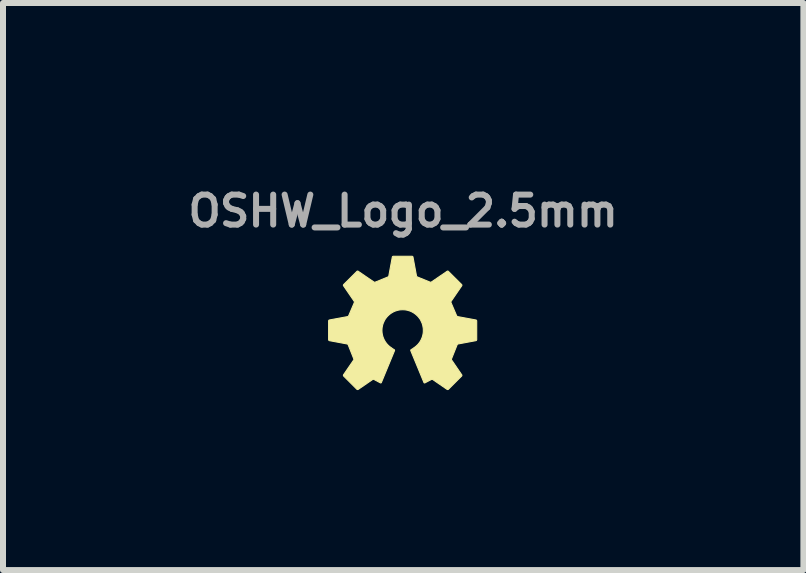
<source format=kicad_pcb>
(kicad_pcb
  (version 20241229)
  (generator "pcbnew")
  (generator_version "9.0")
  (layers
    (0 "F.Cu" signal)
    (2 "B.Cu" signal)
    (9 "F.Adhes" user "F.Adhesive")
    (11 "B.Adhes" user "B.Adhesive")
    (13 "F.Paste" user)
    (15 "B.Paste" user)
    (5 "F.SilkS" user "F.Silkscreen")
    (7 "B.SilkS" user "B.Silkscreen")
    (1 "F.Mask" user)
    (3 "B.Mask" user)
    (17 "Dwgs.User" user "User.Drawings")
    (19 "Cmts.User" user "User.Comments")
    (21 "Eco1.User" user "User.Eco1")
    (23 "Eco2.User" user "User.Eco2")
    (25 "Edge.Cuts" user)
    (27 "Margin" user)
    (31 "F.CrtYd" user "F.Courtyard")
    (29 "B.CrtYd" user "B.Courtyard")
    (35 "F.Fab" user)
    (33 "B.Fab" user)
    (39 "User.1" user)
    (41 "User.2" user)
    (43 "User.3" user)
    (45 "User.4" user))
  (footprint "OSHW_Logo_2.5mm"
    (layer "F.Cu")
    (at 3.671 2.468)
    (property "Reference" "OSHW_Logo_2.5mm" (at 0 -2 0) (layer "F.Fab") (effects (font (size 0.5 0.5) (thickness 0.1))))
    (attr board_only exclude_from_pos_files exclude_from_bom)
    (fp_poly (pts (xy 0.148 -1.246) (xy 0.149 -1.246) (xy 0.15 -1.246) (xy 0.15 -1.245) (xy 0.151 -1.245) (xy 0.152 -1.245) (xy 0.152 -1.245) (xy 0.153 -1.245) (xy 0.154 -1.244) (xy 0.154 -1.244) (xy 0.155 -1.244) (xy 0.156 -1.243) (xy 0.156 -1.243) (xy 0.157 -1.243) (xy 0.157 -1.242) (xy 0.158 -1.242) (xy 0.158 -1.241) (xy 0.159 -1.241) (xy 0.159 -1.24) (xy 0.16 -1.24) (xy 0.16 -1.239) (xy 0.161 -1.239) (xy 0.161 -1.238) (xy 0.162 -1.237) (xy 0.162 -1.237) (xy 0.162 -1.236) (xy 0.163 -1.236) (xy 0.163 -1.235) (xy 0.163 -1.234) (xy 0.163 -1.234) (xy 0.164 -1.233) (xy 0.164 -1.232) (xy 0.222 -0.919) (xy 0.222 -0.918) (xy 0.222 -0.917) (xy 0.223 -0.916) (xy 0.223 -0.915) (xy 0.224 -0.913) (xy 0.225 -0.912) (xy 0.226 -0.911) (xy 0.227 -0.909) (xy 0.228 -0.908) (xy 0.229 -0.907) (xy 0.23 -0.906) (xy 0.231 -0.905) (xy 0.232 -0.904) (xy 0.234 -0.903) (xy 0.235 -0.902) (xy 0.235 -0.902) (xy 0.236 -0.902) (xy 0.237 -0.901) (xy 0.237 -0.901) (xy 0.448 -0.815) (xy 0.449 -0.814) (xy 0.45 -0.814) (xy 0.452 -0.814) (xy 0.453 -0.813) (xy 0.455 -0.813) (xy 0.456 -0.813) (xy 0.458 -0.813) (xy 0.46 -0.813) (xy 0.461 -0.813) (xy 0.463 -0.813) (xy 0.464 -0.814) (xy 0.466 -0.814) (xy 0.467 -0.815) (xy 0.469 -0.815) (xy 0.47 -0.816) (xy 0.471 -0.817) (xy 0.733 -0.996) (xy 0.734 -0.997) (xy 0.734 -0.997) (xy 0.735 -0.997) (xy 0.736 -0.998) (xy 0.736 -0.998) (xy 0.737 -0.998) (xy 0.738 -0.998) (xy 0.738 -0.999) (xy 0.739 -0.999) (xy 0.74 -0.999) (xy 0.741 -0.999) (xy 0.742 -0.999) (xy 0.744 -0.999) (xy 0.745 -0.999) (xy 0.747 -0.999) (xy 0.748 -0.998) (xy 0.749 -0.998) (xy 0.749 -0.998) (xy 0.75 -0.997) (xy 0.751 -0.997) (xy 0.751 -0.997) (xy 0.752 -0.996) (xy 0.752 -0.996) (xy 0.753 -0.995) (xy 0.753 -0.995) (xy 0.754 -0.994) (xy 0.975 -0.774) (xy 0.975 -0.773) (xy 0.976 -0.773) (xy 0.976 -0.772) (xy 0.976 -0.772) (xy 0.977 -0.771) (xy 0.977 -0.771) (xy 0.978 -0.769) (xy 0.978 -0.768) (xy 0.979 -0.767) (xy 0.979 -0.765) (xy 0.979 -0.764) (xy 0.979 -0.762) (xy 0.979 -0.761) (xy 0.979 -0.76) (xy 0.979 -0.758) (xy 0.978 -0.757) (xy 0.978 -0.756) (xy 0.978 -0.755) (xy 0.978 -0.755) (xy 0.977 -0.754) (xy 0.977 -0.754) (xy 0.976 -0.753) (xy 0.8 -0.496) (xy 0.799 -0.494) (xy 0.798 -0.493) (xy 0.798 -0.492) (xy 0.797 -0.49) (xy 0.797 -0.489) (xy 0.797 -0.487) (xy 0.796 -0.486) (xy 0.796 -0.484) (xy 0.796 -0.482) (xy 0.796 -0.481) (xy 0.796 -0.479) (xy 0.797 -0.478) (xy 0.797 -0.476) (xy 0.797 -0.475) (xy 0.798 -0.473) (xy 0.798 -0.472) (xy 0.891 -0.255) (xy 0.892 -0.254) (xy 0.893 -0.253) (xy 0.893 -0.251) (xy 0.894 -0.25) (xy 0.895 -0.249) (xy 0.896 -0.248) (xy 0.897 -0.247) (xy 0.898 -0.246) (xy 0.9 -0.245) (xy 0.901 -0.244) (xy 0.902 -0.243) (xy 0.904 -0.242) (xy 0.905 -0.241) (xy 0.906 -0.241) (xy 0.908 -0.24) (xy 0.909 -0.24) (xy 1.212 -0.184) (xy 1.213 -0.183) (xy 1.214 -0.183) (xy 1.214 -0.183) (xy 1.215 -0.183) (xy 1.216 -0.183) (xy 1.216 -0.182) (xy 1.217 -0.182) (xy 1.218 -0.182) (xy 1.219 -0.181) (xy 1.22 -0.18) (xy 1.221 -0.179) (xy 1.222 -0.178) (xy 1.223 -0.177) (xy 1.223 -0.175) (xy 1.224 -0.174) (xy 1.224 -0.174) (xy 1.225 -0.173) (xy 1.225 -0.172) (xy 1.225 -0.172) (xy 1.225 -0.171) (xy 1.225 -0.17) (xy 1.226 -0.17) (xy 1.226 -0.169) (xy 1.226 -0.168) (xy 1.226 -0.167) (xy 1.226 0.145) (xy 1.226 0.145) (xy 1.226 0.146) (xy 1.226 0.147) (xy 1.225 0.147) (xy 1.225 0.148) (xy 1.225 0.149) (xy 1.225 0.149) (xy 1.225 0.15) (xy 1.224 0.151) (xy 1.224 0.151) (xy 1.224 0.152) (xy 1.223 0.153) (xy 1.223 0.153) (xy 1.223 0.154) (xy 1.222 0.154) (xy 1.222 0.155) (xy 1.221 0.155) (xy 1.221 0.156) (xy 1.22 0.157) (xy 1.22 0.157) (xy 1.219 0.157) (xy 1.219 0.158) (xy 1.218 0.158) (xy 1.217 0.159) (xy 1.217 0.159) (xy 1.216 0.159) (xy 1.216 0.16) (xy 1.215 0.16) (xy 1.214 0.16) (xy 1.214 0.16) (xy 1.213 0.161) (xy 1.212 0.161) (xy 0.917 0.216) (xy 0.916 0.216) (xy 0.915 0.216) (xy 0.915 0.216) (xy 0.914 0.217) (xy 0.912 0.217) (xy 0.911 0.218) (xy 0.91 0.219) (xy 0.908 0.219) (xy 0.907 0.22) (xy 0.906 0.221) (xy 0.905 0.222) (xy 0.904 0.224) (xy 0.903 0.225) (xy 0.902 0.226) (xy 0.901 0.227) (xy 0.9 0.229) (xy 0.9 0.23) (xy 0.899 0.231) (xy 0.899 0.231) (xy 0.807 0.462) (xy 0.806 0.463) (xy 0.806 0.465) (xy 0.805 0.466) (xy 0.805 0.468) (xy 0.805 0.469) (xy 0.805 0.471) (xy 0.805 0.472) (xy 0.805 0.474) (xy 0.805 0.475) (xy 0.805 0.477) (xy 0.806 0.479) (xy 0.806 0.48) (xy 0.807 0.482) (xy 0.807 0.483) (xy 0.808 0.484) (xy 0.809 0.485) (xy 0.976 0.73) (xy 0.977 0.731) (xy 0.977 0.731) (xy 0.978 0.732) (xy 0.978 0.733) (xy 0.978 0.733) (xy 0.978 0.734) (xy 0.979 0.735) (xy 0.979 0.735) (xy 0.979 0.736) (xy 0.979 0.737) (xy 0.979 0.738) (xy 0.979 0.74) (xy 0.979 0.741) (xy 0.979 0.742) (xy 0.979 0.744) (xy 0.978 0.745) (xy 0.978 0.746) (xy 0.978 0.746) (xy 0.977 0.747) (xy 0.977 0.748) (xy 0.977 0.748) (xy 0.976 0.749) (xy 0.976 0.749) (xy 0.976 0.75) (xy 0.975 0.751) (xy 0.975 0.751) (xy 0.754 0.972) (xy 0.753 0.972) (xy 0.753 0.973) (xy 0.752 0.973) (xy 0.752 0.973) (xy 0.751 0.974) (xy 0.751 0.974) (xy 0.749 0.975) (xy 0.748 0.975) (xy 0.747 0.976) (xy 0.745 0.976) (xy 0.744 0.976) (xy 0.742 0.976) (xy 0.741 0.976) (xy 0.74 0.976) (xy 0.738 0.976) (xy 0.737 0.975) (xy 0.736 0.975) (xy 0.735 0.975) (xy 0.735 0.975) (xy 0.734 0.974) (xy 0.734 0.974) (xy 0.733 0.974) (xy 0.493 0.809) (xy 0.491 0.808) (xy 0.49 0.807) (xy 0.489 0.807) (xy 0.487 0.806) (xy 0.486 0.806) (xy 0.484 0.805) (xy 0.483 0.805) (xy 0.481 0.805) (xy 0.48 0.805) (xy 0.478 0.805) (xy 0.477 0.805) (xy 0.475 0.806) (xy 0.474 0.806) (xy 0.472 0.807) (xy 0.471 0.807) (xy 0.47 0.808) (xy 0.364 0.864) (xy 0.363 0.865) (xy 0.362 0.865) (xy 0.362 0.865) (xy 0.361 0.865) (xy 0.36 0.866) (xy 0.36 0.866) (xy 0.359 0.866) (xy 0.358 0.866) (xy 0.358 0.866) (xy 0.357 0.866) (xy 0.356 0.866) (xy 0.356 0.866) (xy 0.355 0.866) (xy 0.355 0.865) (xy 0.354 0.865) (xy 0.353 0.865) (xy 0.353 0.865) (xy 0.352 0.865) (xy 0.352 0.864) (xy 0.351 0.864) (xy 0.351 0.864) (xy 0.35 0.863) (xy 0.35 0.863) (xy 0.349 0.862) (xy 0.349 0.862) (xy 0.348 0.861) (xy 0.348 0.861) (xy 0.347 0.86) (xy 0.347 0.86) (xy 0.347 0.859) (xy 0.346 0.859) (xy 0.346 0.858) (xy 0.128 0.33) (xy 0.127 0.329) (xy 0.127 0.328) (xy 0.127 0.328) (xy 0.127 0.327) (xy 0.127 0.326) (xy 0.127 0.326) (xy 0.126 0.325) (xy 0.126 0.324) (xy 0.126 0.324) (xy 0.126 0.323) (xy 0.127 0.322) (xy 0.127 0.322) (xy 0.127 0.321) (xy 0.127 0.32) (xy 0.127 0.319) (xy 0.127 0.319) (xy 0.128 0.318) (xy 0.128 0.317) (xy 0.128 0.317) (xy 0.128 0.316) (xy 0.129 0.316) (xy 0.129 0.315) (xy 0.129 0.314) (xy 0.13 0.314) (xy 0.13 0.313) (xy 0.131 0.313) (xy 0.131 0.312) (xy 0.132 0.312) (xy 0.132 0.311) (xy 0.133 0.311) (xy 0.133 0.31) (xy 0.134 0.31) (xy 0.161 0.294) (xy 0.162 0.293) (xy 0.164 0.291) (xy 0.167 0.29) (xy 0.169 0.288) (xy 0.171 0.286) (xy 0.173 0.285) (xy 0.175 0.283) (xy 0.177 0.281) (xy 0.195 0.269) (xy 0.212 0.256) (xy 0.227 0.242) (xy 0.243 0.227) (xy 0.257 0.211) (xy 0.27 0.194) (xy 0.282 0.177) (xy 0.293 0.158) (xy 0.303 0.139) (xy 0.311 0.12) (xy 0.319 0.1) (xy 0.325 0.079) (xy 0.33 0.057) (xy 0.334 0.035) (xy 0.336 0.013) (xy 0.336 -0.01) (xy 0.336 -0.027) (xy 0.335 -0.045) (xy 0.332 -0.062) (xy 0.329 -0.079) (xy 0.326 -0.096) (xy 0.321 -0.112) (xy 0.316 -0.128) (xy 0.309 -0.144) (xy 0.302 -0.159) (xy 0.295 -0.174) (xy 0.287 -0.189) (xy 0.278 -0.203) (xy 0.268 -0.216) (xy 0.258 -0.229) (xy 0.247 -0.242) (xy 0.235 -0.254) (xy 0.223 -0.265) (xy 0.211 -0.276) (xy 0.198 -0.286) (xy 0.184 -0.296) (xy 0.17 -0.305) (xy 0.156 -0.313) (xy 0.141 -0.321) (xy 0.126 -0.328) (xy 0.11 -0.334) (xy 0.094 -0.339) (xy 0.078 -0.344) (xy 0.061 -0.348) (xy 0.044 -0.351) (xy 0.027 -0.353) (xy 0.009 -0.354) (xy -0.009 -0.355) (xy -0.026 -0.354) (xy -0.044 -0.353) (xy -0.061 -0.351) (xy -0.078 -0.348) (xy -0.095 -0.344) (xy -0.111 -0.339) (xy -0.127 -0.334) (xy -0.143 -0.328) (xy -0.158 -0.321) (xy -0.173 -0.313) (xy -0.187 -0.305) (xy -0.201 -0.296) (xy -0.215 -0.286) (xy -0.228 -0.276) (xy -0.24 -0.265) (xy -0.252 -0.254) (xy -0.264 -0.242) (xy -0.275 -0.229) (xy -0.285 -0.216) (xy -0.295 -0.203) (xy -0.304 -0.189) (xy -0.312 -0.174) (xy -0.319 -0.159) (xy -0.326 -0.144) (xy -0.333 -0.128) (xy -0.338 -0.112) (xy -0.343 -0.096) (xy -0.346 -0.079) (xy -0.35 -0.062) (xy -0.352 -0.045) (xy -0.353 -0.027) (xy -0.354 -0.01) (xy -0.353 0.002) (xy -0.353 0.013) (xy -0.352 0.024) (xy -0.351 0.035) (xy -0.349 0.046) (xy -0.347 0.057) (xy -0.345 0.068) (xy -0.342 0.079) (xy -0.339 0.089) (xy -0.336 0.1) (xy -0.332 0.11) (xy -0.328 0.12) (xy -0.324 0.13) (xy -0.32 0.139) (xy -0.31 0.158) (xy -0.299 0.177) (xy -0.287 0.194) (xy -0.274 0.211) (xy -0.26 0.227) (xy -0.245 0.242) (xy -0.229 0.256) (xy -0.212 0.269) (xy -0.194 0.281) (xy -0.192 0.283) (xy -0.19 0.285) (xy -0.188 0.286) (xy -0.186 0.288) (xy -0.184 0.29) (xy -0.181 0.291) (xy -0.179 0.293) (xy -0.178 0.294) (xy -0.151 0.31) (xy -0.15 0.31) (xy -0.15 0.311) (xy -0.149 0.311) (xy -0.149 0.312) (xy -0.148 0.312) (xy -0.148 0.313) (xy -0.147 0.314) (xy -0.146 0.315) (xy -0.145 0.316) (xy -0.145 0.317) (xy -0.144 0.319) (xy -0.144 0.32) (xy -0.144 0.322) (xy -0.143 0.323) (xy -0.143 0.324) (xy -0.144 0.326) (xy -0.144 0.326) (xy -0.144 0.327) (xy -0.144 0.328) (xy -0.144 0.328) (xy -0.144 0.329) (xy -0.145 0.33) (xy -0.363 0.858) (xy -0.363 0.859) (xy -0.364 0.859) (xy -0.364 0.86) (xy -0.364 0.86) (xy -0.365 0.861) (xy -0.365 0.861) (xy -0.366 0.862) (xy -0.366 0.862) (xy -0.367 0.863) (xy -0.367 0.863) (xy -0.368 0.864) (xy -0.368 0.864) (xy -0.369 0.864) (xy -0.369 0.865) (xy -0.37 0.865) (xy -0.37 0.865) (xy -0.371 0.865) (xy -0.372 0.865) (xy -0.372 0.866) (xy -0.373 0.866) (xy -0.374 0.866) (xy -0.374 0.866) (xy -0.375 0.866) (xy -0.375 0.866) (xy -0.376 0.866) (xy -0.377 0.866) (xy -0.377 0.866) (xy -0.378 0.865) (xy -0.379 0.865) (xy -0.379 0.865) (xy -0.38 0.865) (xy -0.381 0.864) (xy -0.487 0.808) (xy -0.488 0.807) (xy -0.489 0.807) (xy -0.491 0.806) (xy -0.492 0.806) (xy -0.494 0.805) (xy -0.495 0.805) (xy -0.497 0.805) (xy -0.498 0.805) (xy -0.5 0.805) (xy -0.501 0.805) (xy -0.503 0.806) (xy -0.504 0.806) (xy -0.506 0.807) (xy -0.507 0.807) (xy -0.508 0.808) (xy -0.51 0.809) (xy -0.75 0.974) (xy -0.751 0.974) (xy -0.751 0.974) (xy -0.752 0.975) (xy -0.753 0.975) (xy -0.753 0.975) (xy -0.754 0.975) (xy -0.754 0.976) (xy -0.755 0.976) (xy -0.756 0.976) (xy -0.757 0.976) (xy -0.758 0.976) (xy -0.759 0.976) (xy -0.761 0.976) (xy -0.762 0.976) (xy -0.764 0.976) (xy -0.765 0.975) (xy -0.766 0.975) (xy -0.766 0.975) (xy -0.767 0.974) (xy -0.768 0.974) (xy -0.768 0.974) (xy -0.769 0.973) (xy -0.769 0.973) (xy -0.77 0.973) (xy -0.77 0.972) (xy -0.771 0.972) (xy -0.992 0.751) (xy -0.992 0.751) (xy -0.993 0.75) (xy -0.993 0.749) (xy -0.993 0.749) (xy -0.994 0.748) (xy -0.994 0.748) (xy -0.995 0.746) (xy -0.995 0.745) (xy -0.996 0.744) (xy -0.996 0.742) (xy -0.996 0.741) (xy -0.996 0.739) (xy -0.996 0.738) (xy -0.996 0.737) (xy -0.996 0.735) (xy -0.995 0.734) (xy -0.995 0.733) (xy -0.995 0.733) (xy -0.995 0.732) (xy -0.994 0.731) (xy -0.994 0.731) (xy -0.994 0.73) (xy -0.826 0.485) (xy -0.825 0.484) (xy -0.824 0.483) (xy -0.824 0.481) (xy -0.823 0.48) (xy -0.823 0.479) (xy -0.822 0.477) (xy -0.822 0.475) (xy -0.822 0.474) (xy -0.822 0.472) (xy -0.822 0.471) (xy -0.822 0.469) (xy -0.822 0.468) (xy -0.822 0.466) (xy -0.823 0.465) (xy -0.823 0.463) (xy -0.824 0.462) (xy -0.916 0.231) (xy -0.916 0.231) (xy -0.917 0.23) (xy -0.917 0.229) (xy -0.918 0.227) (xy -0.919 0.226) (xy -0.92 0.225) (xy -0.921 0.224) (xy -0.922 0.222) (xy -0.923 0.221) (xy -0.924 0.22) (xy -0.925 0.219) (xy -0.927 0.218) (xy -0.928 0.218) (xy -0.93 0.217) (xy -0.931 0.216) (xy -0.932 0.216) (xy -0.933 0.216) (xy -0.934 0.216) (xy -1.229 0.161) (xy -1.23 0.161) (xy -1.231 0.16) (xy -1.231 0.16) (xy -1.232 0.16) (xy -1.233 0.16) (xy -1.233 0.159) (xy -1.234 0.159) (xy -1.235 0.159) (xy -1.235 0.158) (xy -1.236 0.158) (xy -1.237 0.157) (xy -1.238 0.156) (xy -1.239 0.155) (xy -1.24 0.154) (xy -1.24 0.153) (xy -1.241 0.151) (xy -1.242 0.15) (xy -1.242 0.149) (xy -1.242 0.149) (xy -1.242 0.148) (xy -1.243 0.147) (xy -1.243 0.147) (xy -1.243 0.146) (xy -1.243 0.145) (xy -1.243 0.145) (xy -1.243 -0.167) (xy -1.243 -0.168) (xy -1.243 -0.169) (xy -1.243 -0.17) (xy -1.243 -0.17) (xy -1.242 -0.171) (xy -1.242 -0.172) (xy -1.242 -0.172) (xy -1.242 -0.173) (xy -1.241 -0.174) (xy -1.241 -0.174) (xy -1.241 -0.175) (xy -1.24 -0.175) (xy -1.24 -0.176) (xy -1.24 -0.177) (xy -1.239 -0.177) (xy -1.239 -0.178) (xy -1.238 -0.178) (xy -1.238 -0.179) (xy -1.237 -0.179) (xy -1.237 -0.18) (xy -1.236 -0.18) (xy -1.236 -0.181) (xy -1.235 -0.181) (xy -1.235 -0.182) (xy -1.234 -0.182) (xy -1.233 -0.182) (xy -1.233 -0.183) (xy -1.232 -0.183) (xy -1.231 -0.183) (xy -1.231 -0.183) (xy -1.23 -0.183) (xy -1.229 -0.184) (xy -0.926 -0.24) (xy -0.926 -0.24) (xy -0.925 -0.24) (xy -0.923 -0.241) (xy -0.922 -0.241) (xy -0.921 -0.242) (xy -0.919 -0.243) (xy -0.918 -0.244) (xy -0.917 -0.245) (xy -0.915 -0.246) (xy -0.914 -0.247) (xy -0.913 -0.248) (xy -0.912 -0.249) (xy -0.911 -0.25) (xy -0.91 -0.251) (xy -0.91 -0.253) (xy -0.909 -0.254) (xy -0.909 -0.255) (xy -0.908 -0.255) (xy -0.815 -0.472) (xy -0.815 -0.473) (xy -0.814 -0.475) (xy -0.814 -0.476) (xy -0.814 -0.478) (xy -0.813 -0.479) (xy -0.813 -0.481) (xy -0.813 -0.482) (xy -0.813 -0.484) (xy -0.813 -0.486) (xy -0.814 -0.487) (xy -0.814 -0.489) (xy -0.814 -0.49) (xy -0.815 -0.492) (xy -0.815 -0.493) (xy -0.816 -0.494) (xy -0.817 -0.496) (xy -0.993 -0.753) (xy -0.994 -0.754) (xy -0.994 -0.754) (xy -0.995 -0.755) (xy -0.995 -0.755) (xy -0.995 -0.756) (xy -0.995 -0.757) (xy -0.996 -0.757) (xy -0.996 -0.758) (xy -0.996 -0.759) (xy -0.996 -0.76) (xy -0.996 -0.761) (xy -0.996 -0.762) (xy -0.996 -0.764) (xy -0.996 -0.765) (xy -0.996 -0.767) (xy -0.995 -0.768) (xy -0.995 -0.769) (xy -0.995 -0.769) (xy -0.994 -0.77) (xy -0.994 -0.771) (xy -0.994 -0.771) (xy -0.993 -0.772) (xy -0.993 -0.772) (xy -0.992 -0.773) (xy -0.992 -0.773) (xy -0.992 -0.774) (xy -0.771 -0.994) (xy -0.77 -0.995) (xy -0.77 -0.995) (xy -0.769 -0.996) (xy -0.769 -0.996) (xy -0.768 -0.997) (xy -0.768 -0.997) (xy -0.766 -0.998) (xy -0.765 -0.998) (xy -0.764 -0.999) (xy -0.762 -0.999) (xy -0.761 -0.999) (xy -0.759 -0.999) (xy -0.758 -0.999) (xy -0.757 -0.999) (xy -0.755 -0.999) (xy -0.754 -0.998) (xy -0.753 -0.998) (xy -0.752 -0.998) (xy -0.752 -0.997) (xy -0.751 -0.997) (xy -0.751 -0.997) (xy -0.75 -0.996) (xy -0.488 -0.817) (xy -0.487 -0.816) (xy -0.486 -0.815) (xy -0.484 -0.815) (xy -0.483 -0.814) (xy -0.481 -0.814) (xy -0.48 -0.813) (xy -0.478 -0.813) (xy -0.477 -0.813) (xy -0.475 -0.813) (xy -0.473 -0.813) (xy -0.472 -0.813) (xy -0.47 -0.813) (xy -0.469 -0.814) (xy -0.467 -0.814) (xy -0.466 -0.814) (xy -0.465 -0.815) (xy -0.254 -0.901) (xy -0.253 -0.902) (xy -0.252 -0.902) (xy -0.25 -0.903) (xy -0.249 -0.904) (xy -0.248 -0.905) (xy -0.247 -0.906) (xy -0.246 -0.907) (xy -0.245 -0.908) (xy -0.244 -0.909) (xy -0.243 -0.911) (xy -0.242 -0.912) (xy -0.241 -0.913) (xy -0.24 -0.915) (xy -0.24 -0.916) (xy -0.239 -0.917) (xy -0.239 -0.919) (xy -0.181 -1.232) (xy -0.18 -1.233) (xy -0.18 -1.234) (xy -0.18 -1.234) (xy -0.18 -1.235) (xy -0.18 -1.236) (xy -0.179 -1.236) (xy -0.179 -1.237) (xy -0.179 -1.237) (xy -0.178 -1.238) (xy -0.178 -1.239) (xy -0.177 -1.24) (xy -0.176 -1.241) (xy -0.175 -1.242) (xy -0.174 -1.243) (xy -0.173 -1.243) (xy -0.171 -1.244) (xy -0.171 -1.244) (xy -0.17 -1.245) (xy -0.169 -1.245) (xy -0.169 -1.245) (xy -0.168 -1.245) (xy -0.167 -1.245) (xy -0.167 -1.246) (xy -0.166 -1.246) (xy -0.165 -1.246) (xy -0.164 -1.246) (xy 0.147 -1.246)) (stroke (width 0.018) (type solid)) (fill yes) (layer "F.SilkS")))
  (gr_rect
    (start -3 -3)
    (end 10.343 6.453)
    (stroke (width 0.1) (type default))
    (fill no)
    (layer "Edge.Cuts")))
</source>
